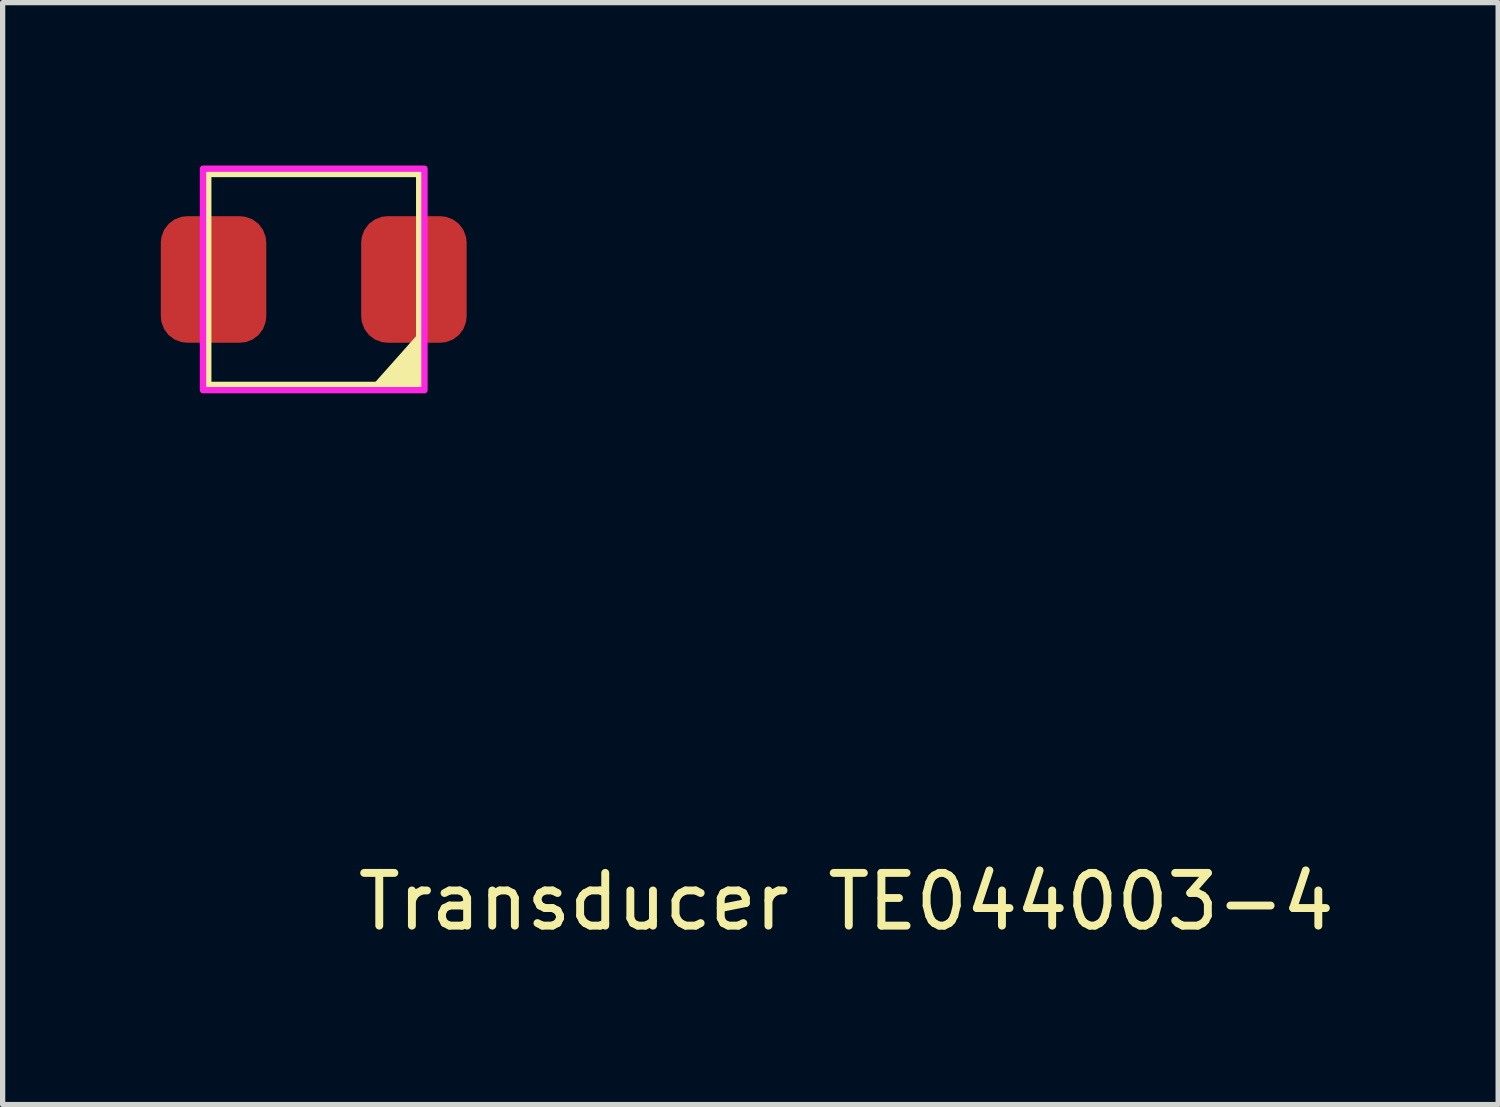
<source format=kicad_pcb>
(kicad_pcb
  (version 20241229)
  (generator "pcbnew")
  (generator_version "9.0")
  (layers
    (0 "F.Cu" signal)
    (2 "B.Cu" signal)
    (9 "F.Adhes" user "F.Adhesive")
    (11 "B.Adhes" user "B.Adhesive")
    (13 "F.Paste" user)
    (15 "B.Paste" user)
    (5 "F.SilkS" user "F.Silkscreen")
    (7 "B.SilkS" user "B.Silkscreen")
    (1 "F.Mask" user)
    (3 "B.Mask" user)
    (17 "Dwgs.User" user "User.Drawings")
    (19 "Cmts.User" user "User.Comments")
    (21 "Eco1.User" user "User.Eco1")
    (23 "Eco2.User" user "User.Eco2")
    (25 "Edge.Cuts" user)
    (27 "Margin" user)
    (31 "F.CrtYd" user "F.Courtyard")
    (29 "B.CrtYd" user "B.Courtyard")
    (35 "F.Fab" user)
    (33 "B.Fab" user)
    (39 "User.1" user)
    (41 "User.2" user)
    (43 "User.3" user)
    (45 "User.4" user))
  (footprint "Transducer TE044003-4"
    (layer "F.Cu")
    (at 0.9 0.25)
    (property "Reference" "Transducer TE044003-4" (at 12.1 13.8 0) (unlocked yes) (layer "F.SilkS") (effects (font (size 1 1) (thickness 0.15))))
    (attr smd)
    (fp_rect (start 0 0) (end 4 4) (stroke (width 0.12) (type solid)) (fill no) (layer "F.SilkS"))
    (fp_poly (pts (xy 4 4) (xy 3.2 4) (xy 4 3.1)) (stroke (width 0.12) (type solid)) (fill yes) (layer "F.SilkS"))
    (fp_rect (start -0.1 -0.1) (end 4.1 4.1) (stroke (width 0.12) (type solid)) (fill no) (layer "F.CrtYd"))
    (pad "1" smd roundrect (at 3.9 2) (size 2 2.4) (layers "F.Cu" "F.Mask" "F.Paste") (roundrect_rratio 0.25))
    (pad "2" smd roundrect (at 0.1 2) (size 2 2.4) (layers "F.Cu" "F.Mask" "F.Paste") (roundrect_rratio 0.25)))
  (gr_rect
    (start -3 -3)
    (end 25.363 17.898)
    (stroke (width 0.1) (type default))
    (fill no)
    (layer "Edge.Cuts")))
</source>
